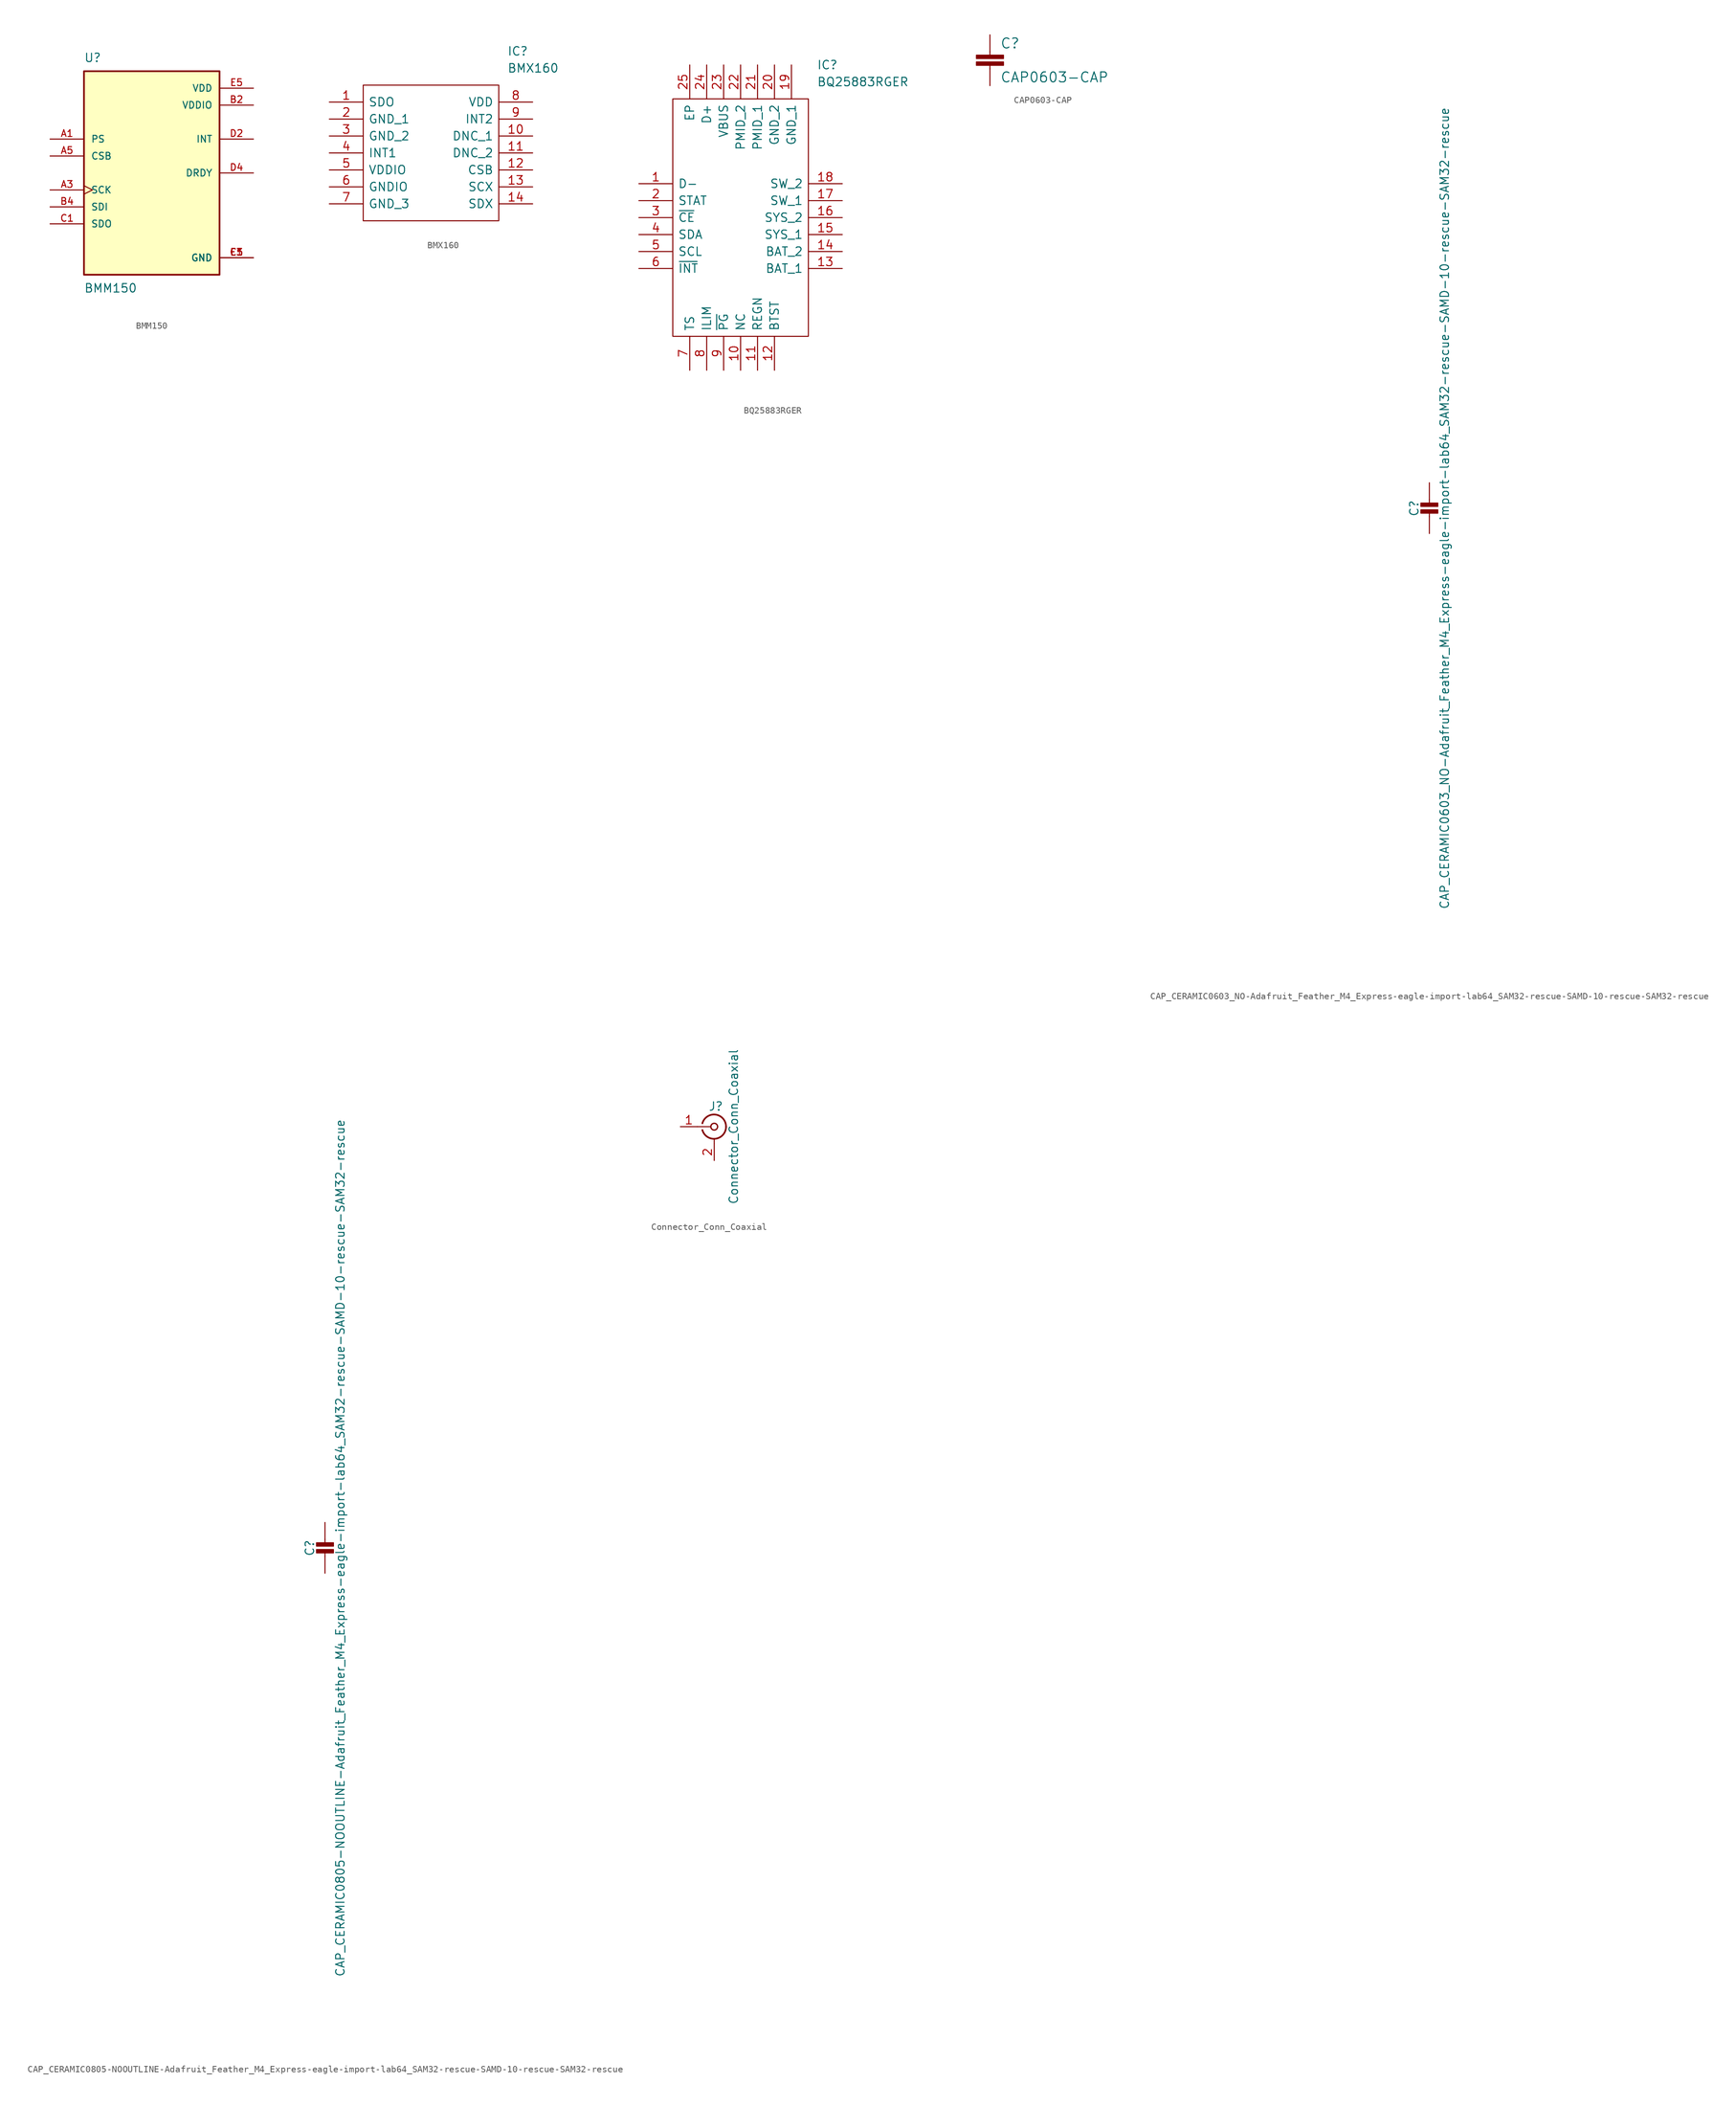
<source format=kicad_sym>
(kicad_symbol_lib
  (version 20211014)
  (generator kicad_symbol_editor)
  (symbol "BMM150"
    (pin_names
      (offset 1.016))
    (property "Reference" "U"
      (at -10.16 16.51 0)
      (effects (font (size 1.27 1.27)) (justify left bottom)))
    (property "Value" "BMM150"
      (at -10.16 -16.51 0)
      (effects (font (size 1.27 1.27)) (justify left top)))
    (symbol "BMM150_0_0"
      (rectangle (start -10.16 -15.24) (end 10.16 15.24) (stroke (width 0.254) (type default) (color 0 0 0 0)) (fill (type background)))
      (pin input line (at -15.24 5.08 0) (length 5.08) (name "PS" (effects (font (size 1.016 1.016)))) (number "A1" (effects (font (size 1.016 1.016)))))
      (pin input clock (at -15.24 -2.54 0) (length 5.08) (name "SCK" (effects (font (size 1.016 1.016)))) (number "A3" (effects (font (size 1.016 1.016)))))
      (pin input line (at -15.24 2.54 0) (length 5.08) (name "CSB" (effects (font (size 1.016 1.016)))) (number "A5" (effects (font (size 1.016 1.016)))))
      (pin power_in line (at 15.24 10.16 180) (length 5.08) (name "VDDIO" (effects (font (size 1.016 1.016)))) (number "B2" (effects (font (size 1.016 1.016)))))
      (pin bidirectional line (at -15.24 -5.08 0) (length 5.08) (name "SDI" (effects (font (size 1.016 1.016)))) (number "B4" (effects (font (size 1.016 1.016)))))
      (pin output line (at -15.24 -7.62 0) (length 5.08) (name "SDO" (effects (font (size 1.016 1.016)))) (number "C1" (effects (font (size 1.016 1.016)))))
      (pin power_in line (at 15.24 -12.7 180) (length 5.08) (name "GND" (effects (font (size 1.016 1.016)))) (number "C5" (effects (font (size 1.016 1.016)))))
      (pin output line (at 15.24 5.08 180) (length 5.08) (name "INT" (effects (font (size 1.016 1.016)))) (number "D2" (effects (font (size 1.016 1.016)))))
      (pin output line (at 15.24 0 180) (length 5.08) (name "DRDY" (effects (font (size 1.016 1.016)))) (number "D4" (effects (font (size 1.016 1.016)))))
      (pin power_in line (at 15.24 -12.7 180) (length 5.08) (name "GND" (effects (font (size 1.016 1.016)))) (number "E1" (effects (font (size 1.016 1.016)))))
      (pin power_in line (at 15.24 -12.7 180) (length 5.08) (name "GND" (effects (font (size 1.016 1.016)))) (number "E3" (effects (font (size 1.016 1.016)))))
      (pin power_in line (at 15.24 12.7 180) (length 5.08) (name "VDD" (effects (font (size 1.016 1.016)))) (number "E5" (effects (font (size 1.016 1.016)))))))
  (symbol "BMX160"
    (pin_names
      (offset 0.762))
    (property "Reference" "IC"
      (at 26.67 7.62 0)
      (effects (font (size 1.27 1.27)) (justify left)))
    (property "Value" "BMX160"
      (at 26.67 5.08 0)
      (effects (font (size 1.27 1.27)) (justify left)))
    (symbol "BMX160_0_0"
      (pin bidirectional line (at 0 0 0) (length 5.08) (name "SDO" (effects (font (size 1.27 1.27)))) (number "1" (effects (font (size 1.27 1.27)))))
      (pin bidirectional line (at 30.48 -5.08 180) (length 5.08) (name "DNC_1" (effects (font (size 1.27 1.27)))) (number "10" (effects (font (size 1.27 1.27)))))
      (pin bidirectional line (at 30.48 -7.62 180) (length 5.08) (name "DNC_2" (effects (font (size 1.27 1.27)))) (number "11" (effects (font (size 1.27 1.27)))))
      (pin bidirectional line (at 30.48 -10.16 180) (length 5.08) (name "CSB" (effects (font (size 1.27 1.27)))) (number "12" (effects (font (size 1.27 1.27)))))
      (pin bidirectional line (at 30.48 -12.7 180) (length 5.08) (name "SCX" (effects (font (size 1.27 1.27)))) (number "13" (effects (font (size 1.27 1.27)))))
      (pin bidirectional line (at 30.48 -15.24 180) (length 5.08) (name "SDX" (effects (font (size 1.27 1.27)))) (number "14" (effects (font (size 1.27 1.27)))))
      (pin bidirectional line (at 0 -2.54 0) (length 5.08) (name "GND_1" (effects (font (size 1.27 1.27)))) (number "2" (effects (font (size 1.27 1.27)))))
      (pin bidirectional line (at 0 -5.08 0) (length 5.08) (name "GND_2" (effects (font (size 1.27 1.27)))) (number "3" (effects (font (size 1.27 1.27)))))
      (pin bidirectional line (at 0 -7.62 0) (length 5.08) (name "INT1" (effects (font (size 1.27 1.27)))) (number "4" (effects (font (size 1.27 1.27)))))
      (pin bidirectional line (at 0 -10.16 0) (length 5.08) (name "VDDIO" (effects (font (size 1.27 1.27)))) (number "5" (effects (font (size 1.27 1.27)))))
      (pin bidirectional line (at 0 -12.7 0) (length 5.08) (name "GNDIO" (effects (font (size 1.27 1.27)))) (number "6" (effects (font (size 1.27 1.27)))))
      (pin bidirectional line (at 0 -15.24 0) (length 5.08) (name "GND_3" (effects (font (size 1.27 1.27)))) (number "7" (effects (font (size 1.27 1.27)))))
      (pin bidirectional line (at 30.48 0 180) (length 5.08) (name "VDD" (effects (font (size 1.27 1.27)))) (number "8" (effects (font (size 1.27 1.27)))))
      (pin bidirectional line (at 30.48 -2.54 180) (length 5.08) (name "INT2" (effects (font (size 1.27 1.27)))) (number "9" (effects (font (size 1.27 1.27))))))
    (symbol "BMX160_0_1"
      (polyline (pts (xy 5.08 2.54) (xy 25.4 2.54) (xy 25.4 -17.78) (xy 5.08 -17.78) (xy 5.08 2.54)) (stroke (width 0.152) (type default) (color 0 0 0 0)) (fill (type none)))))
  (symbol "BQ25883RGER"
    (pin_names
      (offset 0.762))
    (property "Reference" "IC"
      (at 26.67 17.78 0)
      (effects (font (size 1.27 1.27)) (justify left)))
    (property "Value" "BQ25883RGER"
      (at 26.67 15.24 0)
      (effects (font (size 1.27 1.27)) (justify left)))
    (symbol "BQ25883RGER_0_0"
      (pin bidirectional line (at 0 0 0) (length 5.08) (name "D-" (effects (font (size 1.27 1.27)))) (number "1" (effects (font (size 1.27 1.27)))))
      (pin bidirectional line (at 15.24 -27.94 90) (length 5.08) (name "NC" (effects (font (size 1.27 1.27)))) (number "10" (effects (font (size 1.27 1.27)))))
      (pin bidirectional line (at 17.78 -27.94 90) (length 5.08) (name "REGN" (effects (font (size 1.27 1.27)))) (number "11" (effects (font (size 1.27 1.27)))))
      (pin bidirectional line (at 20.32 -27.94 90) (length 5.08) (name "BTST" (effects (font (size 1.27 1.27)))) (number "12" (effects (font (size 1.27 1.27)))))
      (pin bidirectional line (at 30.48 -12.7 180) (length 5.08) (name "BAT_1" (effects (font (size 1.27 1.27)))) (number "13" (effects (font (size 1.27 1.27)))))
      (pin bidirectional line (at 30.48 -10.16 180) (length 5.08) (name "BAT_2" (effects (font (size 1.27 1.27)))) (number "14" (effects (font (size 1.27 1.27)))))
      (pin bidirectional line (at 30.48 -7.62 180) (length 5.08) (name "SYS_1" (effects (font (size 1.27 1.27)))) (number "15" (effects (font (size 1.27 1.27)))))
      (pin bidirectional line (at 30.48 -5.08 180) (length 5.08) (name "SYS_2" (effects (font (size 1.27 1.27)))) (number "16" (effects (font (size 1.27 1.27)))))
      (pin bidirectional line (at 30.48 -2.54 180) (length 5.08) (name "SW_1" (effects (font (size 1.27 1.27)))) (number "17" (effects (font (size 1.27 1.27)))))
      (pin bidirectional line (at 30.48 0 180) (length 5.08) (name "SW_2" (effects (font (size 1.27 1.27)))) (number "18" (effects (font (size 1.27 1.27)))))
      (pin bidirectional line (at 22.86 17.78 270) (length 5.08) (name "GND_1" (effects (font (size 1.27 1.27)))) (number "19" (effects (font (size 1.27 1.27)))))
      (pin bidirectional line (at 0 -2.54 0) (length 5.08) (name "STAT" (effects (font (size 1.27 1.27)))) (number "2" (effects (font (size 1.27 1.27)))))
      (pin bidirectional line (at 20.32 17.78 270) (length 5.08) (name "GND_2" (effects (font (size 1.27 1.27)))) (number "20" (effects (font (size 1.27 1.27)))))
      (pin bidirectional line (at 17.78 17.78 270) (length 5.08) (name "PMID_1" (effects (font (size 1.27 1.27)))) (number "21" (effects (font (size 1.27 1.27)))))
      (pin bidirectional line (at 15.24 17.78 270) (length 5.08) (name "PMID_2" (effects (font (size 1.27 1.27)))) (number "22" (effects (font (size 1.27 1.27)))))
      (pin bidirectional line (at 12.7 17.78 270) (length 5.08) (name "VBUS" (effects (font (size 1.27 1.27)))) (number "23" (effects (font (size 1.27 1.27)))))
      (pin bidirectional line (at 10.16 17.78 270) (length 5.08) (name "D+" (effects (font (size 1.27 1.27)))) (number "24" (effects (font (size 1.27 1.27)))))
      (pin bidirectional line (at 7.62 17.78 270) (length 5.08) (name "EP" (effects (font (size 1.27 1.27)))) (number "25" (effects (font (size 1.27 1.27)))))
      (pin bidirectional line (at 0 -5.08 0) (length 5.08) (name "~{CE}" (effects (font (size 1.27 1.27)))) (number "3" (effects (font (size 1.27 1.27)))))
      (pin bidirectional line (at 0 -7.62 0) (length 5.08) (name "SDA" (effects (font (size 1.27 1.27)))) (number "4" (effects (font (size 1.27 1.27)))))
      (pin bidirectional line (at 0 -10.16 0) (length 5.08) (name "SCL" (effects (font (size 1.27 1.27)))) (number "5" (effects (font (size 1.27 1.27)))))
      (pin bidirectional line (at 0 -12.7 0) (length 5.08) (name "~{INT}" (effects (font (size 1.27 1.27)))) (number "6" (effects (font (size 1.27 1.27)))))
      (pin bidirectional line (at 7.62 -27.94 90) (length 5.08) (name "TS" (effects (font (size 1.27 1.27)))) (number "7" (effects (font (size 1.27 1.27)))))
      (pin bidirectional line (at 10.16 -27.94 90) (length 5.08) (name "ILIM" (effects (font (size 1.27 1.27)))) (number "8" (effects (font (size 1.27 1.27)))))
      (pin bidirectional line (at 12.7 -27.94 90) (length 5.08) (name "~{PG}" (effects (font (size 1.27 1.27)))) (number "9" (effects (font (size 1.27 1.27))))))
    (symbol "BQ25883RGER_0_1"
      (polyline (pts (xy 5.08 12.7) (xy 25.4 12.7) (xy 25.4 -22.86) (xy 5.08 -22.86) (xy 5.08 12.7)) (stroke (width 0.152) (type default) (color 0 0 0 0)) (fill (type none)))))
  (symbol "CAP0603-CAP"
    (pin_names
      (offset 1.016))
    (property "Reference" "C"
      (at 1.524 2.921 0)
      (effects (font (size 1.499 1.499)) (justify left bottom)))
    (property "Value" "CAP0603-CAP"
      (at 1.524 -2.159 0)
      (effects (font (size 1.499 1.499)) (justify left bottom)))
    (property "ki_locked" ""
      (at 0 0 0)
      (effects (font (size 1.27 1.27))))
    (symbol "CAP0603-CAP_1_0"
      (rectangle (start -2.032 0.508) (end 2.032 1.016) (stroke (width 0) (type default) (color 0 0 0 0)) (fill (type outline)))
      (rectangle (start -2.032 1.524) (end 2.032 2.032) (stroke (width 0) (type default) (color 0 0 0 0)) (fill (type outline)))
      (polyline (pts (xy 0 0) (xy 0 0.508)) (stroke (width 0) (type default) (color 0 0 0 0)) (fill (type none)))
      (polyline (pts (xy 0 2.54) (xy 0 2.032)) (stroke (width 0) (type default) (color 0 0 0 0)) (fill (type none)))
      (pin passive line (at 0 5.08 270) (length 2.54) (name "1" (effects (font (size 0 0)))) (number "1" (effects (font (size 0 0)))))
      (pin passive line (at 0 -2.54 90) (length 2.54) (name "2" (effects (font (size 0 0)))) (number "2" (effects (font (size 0 0)))))))
  (symbol "CAP_CERAMIC0603_NO-Adafruit_Feather_M4_Express-eagle-import-lab64_SAM32-rescue-SAMD-10-rescue-SAM32-rescue"
    (pin_names
      (offset 1.016))
    (property "Reference" "C"
      (at -2.286 1.245 90)
      (effects (font (size 1.27 1.27))))
    (property "Value" "CAP_CERAMIC0603_NO-Adafruit_Feather_M4_Express-eagle-import-lab64_SAM32-rescue-SAMD-10-rescue-SAM32-rescue"
      (at 2.286 1.245 90)
      (effects (font (size 1.27 1.27))))
    (property "ki_locked" ""
      (at 0 0 0)
      (effects (font (size 1.27 1.27))))
    (symbol "CAP_CERAMIC0603_NO-Adafruit_Feather_M4_Express-eagle-import-lab64_SAM32-rescue-SAMD-10-rescue-SAM32-rescue_1_0"
      (rectangle (start -1.27 0.508) (end 1.27 1.016) (stroke (width 0) (type default) (color 0 0 0 0)) (fill (type outline)))
      (rectangle (start -1.27 1.524) (end 1.27 2.032) (stroke (width 0) (type default) (color 0 0 0 0)) (fill (type outline)))
      (polyline (pts (xy 0 0.762) (xy 0 0)) (stroke (width 0) (type default) (color 0 0 0 0)) (fill (type none)))
      (polyline (pts (xy 0 2.54) (xy 0 1.778)) (stroke (width 0) (type default) (color 0 0 0 0)) (fill (type none)))
      (pin passive line (at 0 5.08 270) (length 2.54) (name "1" (effects (font (size 0 0)))) (number "1" (effects (font (size 0 0)))))
      (pin passive line (at 0 -2.54 90) (length 2.54) (name "2" (effects (font (size 0 0)))) (number "2" (effects (font (size 0 0)))))))
  (symbol "CAP_CERAMIC0805-NOOUTLINE-Adafruit_Feather_M4_Express-eagle-import-lab64_SAM32-rescue-SAMD-10-rescue-SAM32-rescue"
    (pin_names
      (offset 1.016))
    (property "Reference" "C"
      (at -2.286 1.245 90)
      (effects (font (size 1.27 1.27))))
    (property "Value" "CAP_CERAMIC0805-NOOUTLINE-Adafruit_Feather_M4_Express-eagle-import-lab64_SAM32-rescue-SAMD-10-rescue-SAM32-rescue"
      (at 2.286 1.245 90)
      (effects (font (size 1.27 1.27))))
    (property "ki_locked" ""
      (at 0 0 0)
      (effects (font (size 1.27 1.27))))
    (symbol "CAP_CERAMIC0805-NOOUTLINE-Adafruit_Feather_M4_Express-eagle-import-lab64_SAM32-rescue-SAMD-10-rescue-SAM32-rescue_1_0"
      (rectangle (start -1.27 0.508) (end 1.27 1.016) (stroke (width 0) (type default) (color 0 0 0 0)) (fill (type outline)))
      (rectangle (start -1.27 1.524) (end 1.27 2.032) (stroke (width 0) (type default) (color 0 0 0 0)) (fill (type outline)))
      (polyline (pts (xy 0 0.762) (xy 0 0)) (stroke (width 0) (type default) (color 0 0 0 0)) (fill (type none)))
      (polyline (pts (xy 0 2.54) (xy 0 1.778)) (stroke (width 0) (type default) (color 0 0 0 0)) (fill (type none)))
      (pin passive line (at 0 5.08 270) (length 2.54) (name "1" (effects (font (size 0 0)))) (number "1" (effects (font (size 0 0)))))
      (pin passive line (at 0 -2.54 90) (length 2.54) (name "2" (effects (font (size 0 0)))) (number "2" (effects (font (size 0 0)))))))
  (symbol "Connector_Conn_Coaxial"
    (pin_names
      (offset 1.016) hide)
    (property "Reference" "J"
      (at 0.254 3.048 0)
      (effects (font (size 1.27 1.27))))
    (property "Value" "Connector_Conn_Coaxial"
      (at 2.921 0 90)
      (effects (font (size 1.27 1.27))))
    (symbol "Connector_Conn_Coaxial_0_1"
      (arc (start -1.778 -0.508) (mid 0.2311 -1.8066) (end 1.778 0) (stroke (width 0.254) (type default) (color 0 0 0 0)) (fill (type none)))
      (polyline (pts (xy -2.54 0) (xy -0.508 0)) (stroke (width 0) (type default) (color 0 0 0 0)) (fill (type none)))
      (polyline (pts (xy 0 -2.54) (xy 0 -1.778)) (stroke (width 0) (type default) (color 0 0 0 0)) (fill (type none)))
      (circle (center 0 0) (radius 0.508) (stroke (width 0.203) (type default) (color 0 0 0 0)) (fill (type none)))
      (arc (start 1.778 0) (mid 0.2099 1.8101) (end -1.778 0.508) (stroke (width 0.254) (type default) (color 0 0 0 0)) (fill (type none))))
    (symbol "Connector_Conn_Coaxial_1_1"
      (pin passive line (at -5.08 0 0) (length 2.54) (name "In" (effects (font (size 1.27 1.27)))) (number "1" (effects (font (size 1.27 1.27)))))
      (pin passive line (at 0 -5.08 90) (length 2.54) (name "Ext" (effects (font (size 1.27 1.27)))) (number "2" (effects (font (size 1.27 1.27))))))))
</source>
